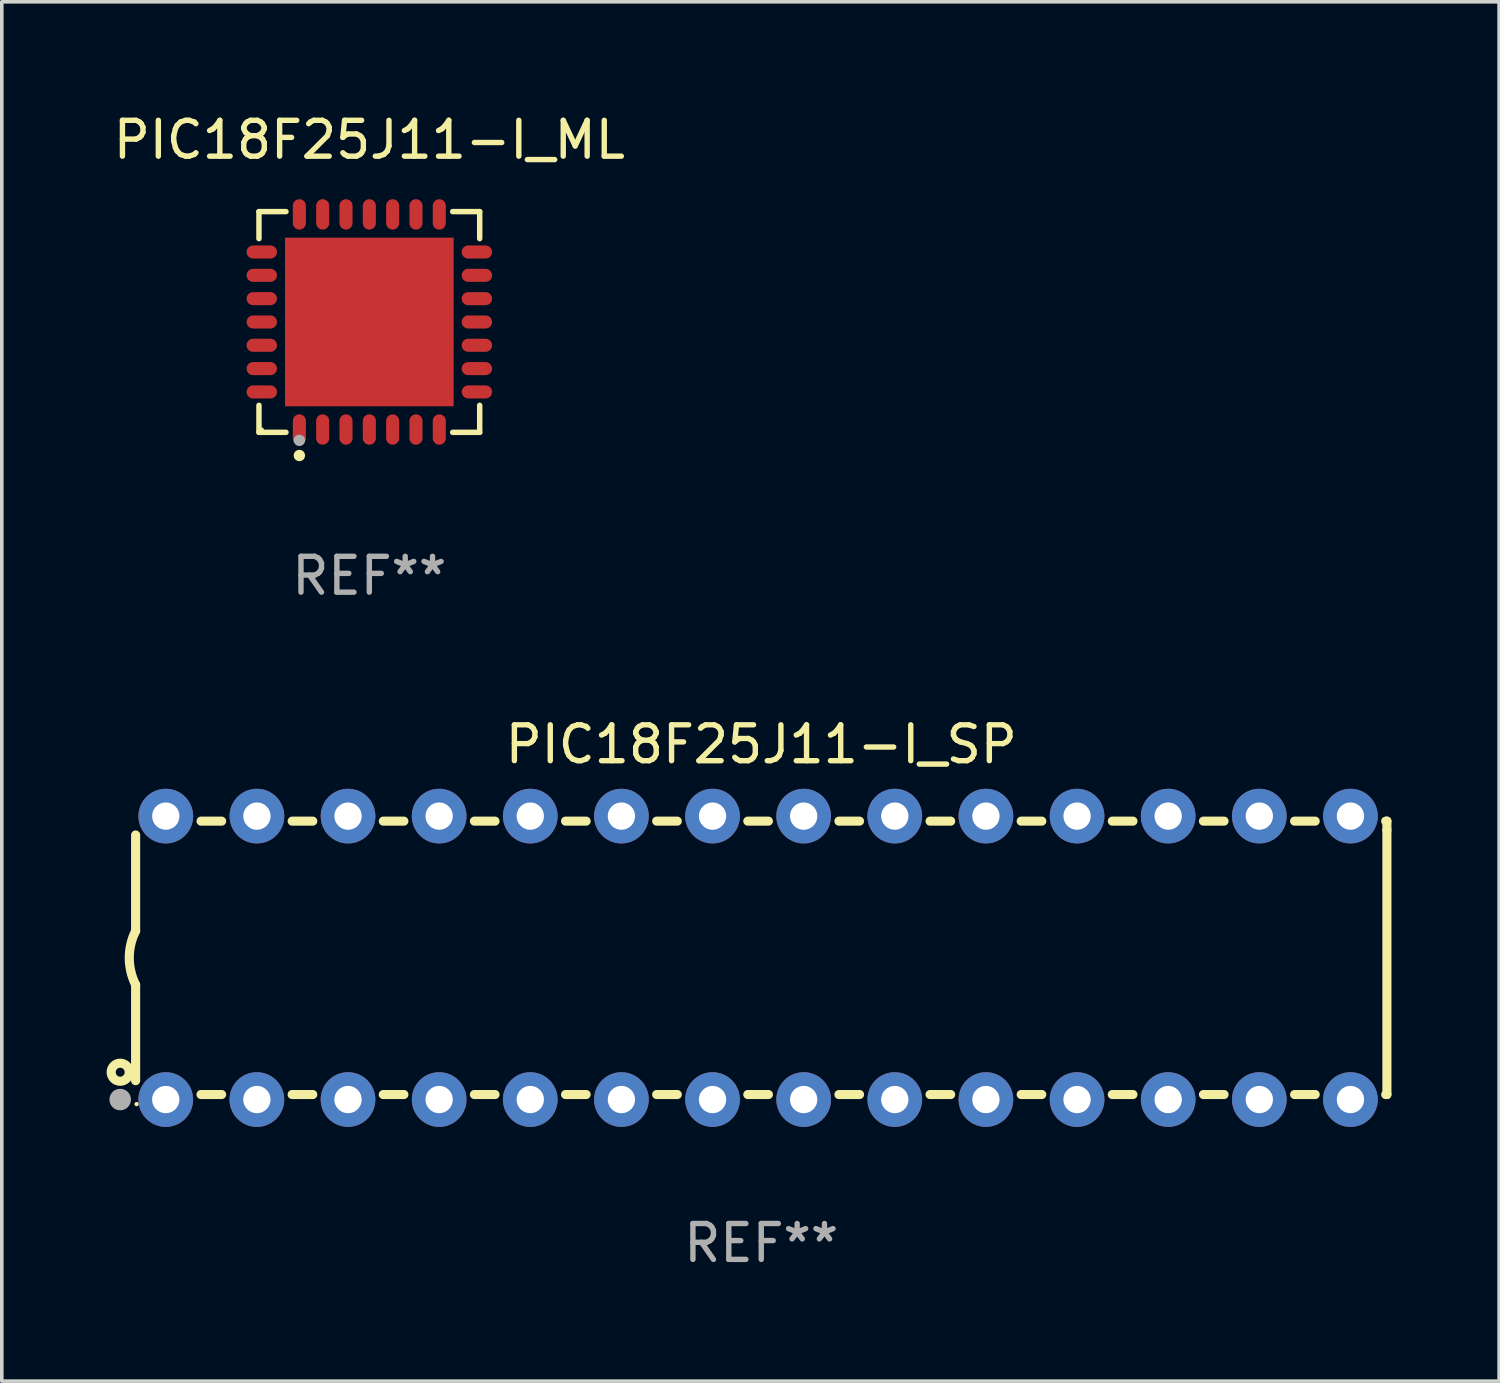
<source format=kicad_pcb>
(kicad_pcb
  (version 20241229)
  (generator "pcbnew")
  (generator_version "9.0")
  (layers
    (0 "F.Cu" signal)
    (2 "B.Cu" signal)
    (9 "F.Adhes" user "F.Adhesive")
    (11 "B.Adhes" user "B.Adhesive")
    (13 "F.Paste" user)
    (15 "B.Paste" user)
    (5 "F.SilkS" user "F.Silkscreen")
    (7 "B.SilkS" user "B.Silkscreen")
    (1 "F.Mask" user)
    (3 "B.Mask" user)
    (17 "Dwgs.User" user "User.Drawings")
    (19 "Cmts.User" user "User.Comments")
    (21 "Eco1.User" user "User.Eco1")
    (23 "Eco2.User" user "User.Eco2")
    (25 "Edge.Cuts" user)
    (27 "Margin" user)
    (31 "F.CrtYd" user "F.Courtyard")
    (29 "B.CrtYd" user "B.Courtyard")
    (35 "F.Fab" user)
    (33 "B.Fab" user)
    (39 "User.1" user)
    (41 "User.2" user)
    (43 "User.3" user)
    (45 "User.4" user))
  (footprint "PIC18F25J11-I_ML"
    (layer "F.Cu")
    (at 7.244 5.924)
    (property "Reference" "PIC18F25J11-I_ML" (at 0 -5.076 0) (layer "F.SilkS") (effects (font (size 1 1) (thickness 0.15))))
    (attr through_hole)
    (fp_line (start -3.076 -3.076) (end -2.323 -3.076) (stroke (width 0.152) (type solid)) (layer "F.SilkS"))
    (fp_line (start -3.076 -2.323) (end -3.076 -3.076) (stroke (width 0.152) (type solid)) (layer "F.SilkS"))
    (fp_line (start -3.076 2.323) (end -3.076 3.076) (stroke (width 0.152) (type solid)) (layer "F.SilkS"))
    (fp_line (start -3.076 3.076) (end -2.323 3.076) (stroke (width 0.152) (type solid)) (layer "F.SilkS"))
    (fp_line (start 3.076 -3.076) (end 2.323 -3.076) (stroke (width 0.152) (type solid)) (layer "F.SilkS"))
    (fp_line (start 3.076 -2.323) (end 3.076 -3.076) (stroke (width 0.152) (type solid)) (layer "F.SilkS"))
    (fp_line (start 3.076 2.323) (end 3.076 3.076) (stroke (width 0.152) (type solid)) (layer "F.SilkS"))
    (fp_line (start 3.076 3.076) (end 2.323 3.076) (stroke (width 0.152) (type solid)) (layer "F.SilkS"))
    (fp_circle (center -3 3) (end -2.97 3) (stroke (width 0.06) (type solid)) (fill no) (layer "F.SilkS"))
    (fp_circle (center -1.95 3.722) (end -1.87 3.722) (stroke (width 0.16) (type solid)) (fill no) (layer "F.SilkS"))
    (fp_circle (center -1.95 3.3) (end -1.87 3.3) (stroke (width 0.16) (type solid)) (fill no) (layer "F.Fab"))
    (fp_text user "REF**" (at 0 7.076 0) (layer "F.Fab") (effects (font (size 1 1) (thickness 0.15))))
    (pad "1" smd oval (at -1.95 2.998) (size 0.364 0.847) (layers "F.Cu" "F.Mask" "F.Paste"))
    (pad "2" smd oval (at -1.3 2.998) (size 0.364 0.847) (layers "F.Cu" "F.Mask" "F.Paste"))
    (pad "3" smd oval (at -0.65 2.998) (size 0.364 0.847) (layers "F.Cu" "F.Mask" "F.Paste"))
    (pad "4" smd oval (at 0 2.998) (size 0.364 0.847) (layers "F.Cu" "F.Mask" "F.Paste"))
    (pad "5" smd oval (at 0.65 2.998) (size 0.364 0.847) (layers "F.Cu" "F.Mask" "F.Paste"))
    (pad "6" smd oval (at 1.3 2.998) (size 0.364 0.847) (layers "F.Cu" "F.Mask" "F.Paste"))
    (pad "7" smd oval (at 1.95 2.998) (size 0.364 0.847) (layers "F.Cu" "F.Mask" "F.Paste"))
    (pad "8" smd oval (at 2.998 1.95) (size 0.847 0.364) (layers "F.Cu" "F.Mask" "F.Paste"))
    (pad "9" smd oval (at 2.998 1.3) (size 0.847 0.364) (layers "F.Cu" "F.Mask" "F.Paste"))
    (pad "10" smd oval (at 2.998 0.65) (size 0.847 0.364) (layers "F.Cu" "F.Mask" "F.Paste"))
    (pad "11" smd oval (at 2.998 0) (size 0.847 0.364) (layers "F.Cu" "F.Mask" "F.Paste"))
    (pad "12" smd oval (at 2.998 -0.65) (size 0.847 0.364) (layers "F.Cu" "F.Mask" "F.Paste"))
    (pad "13" smd oval (at 2.998 -1.3) (size 0.847 0.364) (layers "F.Cu" "F.Mask" "F.Paste"))
    (pad "14" smd oval (at 2.998 -1.95) (size 0.847 0.364) (layers "F.Cu" "F.Mask" "F.Paste"))
    (pad "15" smd oval (at 1.95 -2.998) (size 0.364 0.847) (layers "F.Cu" "F.Mask" "F.Paste"))
    (pad "16" smd oval (at 1.3 -2.998) (size 0.364 0.847) (layers "F.Cu" "F.Mask" "F.Paste"))
    (pad "17" smd oval (at 0.65 -2.998) (size 0.364 0.847) (layers "F.Cu" "F.Mask" "F.Paste"))
    (pad "18" smd oval (at 0 -2.998) (size 0.364 0.847) (layers "F.Cu" "F.Mask" "F.Paste"))
    (pad "19" smd oval (at -0.65 -2.998) (size 0.364 0.847) (layers "F.Cu" "F.Mask" "F.Paste"))
    (pad "20" smd oval (at -1.3 -2.998) (size 0.364 0.847) (layers "F.Cu" "F.Mask" "F.Paste"))
    (pad "21" smd oval (at -1.95 -2.998) (size 0.364 0.847) (layers "F.Cu" "F.Mask" "F.Paste"))
    (pad "22" smd oval (at -2.998 -1.95) (size 0.847 0.364) (layers "F.Cu" "F.Mask" "F.Paste"))
    (pad "23" smd oval (at -2.998 -1.3) (size 0.847 0.364) (layers "F.Cu" "F.Mask" "F.Paste"))
    (pad "24" smd oval (at -2.998 -0.65) (size 0.847 0.364) (layers "F.Cu" "F.Mask" "F.Paste"))
    (pad "25" smd oval (at -2.998 0) (size 0.847 0.364) (layers "F.Cu" "F.Mask" "F.Paste"))
    (pad "26" smd oval (at -2.998 0.65) (size 0.847 0.364) (layers "F.Cu" "F.Mask" "F.Paste"))
    (pad "27" smd oval (at -2.998 1.3) (size 0.847 0.364) (layers "F.Cu" "F.Mask" "F.Paste"))
    (pad "28" smd oval (at -2.998 1.95) (size 0.847 0.364) (layers "F.Cu" "F.Mask" "F.Paste"))
    (pad "29" smd rect (at 0 0) (size 4.7 4.7) (layers "F.Cu" "F.Mask" "F.Paste")))
  (footprint "PIC18F25J11-I_SP"
    (layer "F.Cu")
    (at 18.168 23.647)
    (property "Reference" "PIC18F25J11-I_SP" (at 0 -5.95 0) (layer "F.SilkS") (effects (font (size 1 1) (thickness 0.15))))
    (attr through_hole)
    (fp_line (start -17.438 0.75) (end -17.438 3.423) (stroke (width 0.254) (type solid)) (layer "F.SilkS"))
    (fp_line (start -17.438 -3.423) (end -17.438 -0.75) (stroke (width 0.254) (type solid)) (layer "F.SilkS"))
    (fp_line (start -15.615 3.81) (end -15.041 3.81) (stroke (width 0.254) (type solid)) (layer "F.SilkS"))
    (fp_line (start -15.041 -3.81) (end -15.614 -3.81) (stroke (width 0.254) (type solid)) (layer "F.SilkS"))
    (fp_line (start -13.075 3.81) (end -12.501 3.81) (stroke (width 0.254) (type solid)) (layer "F.SilkS"))
    (fp_line (start -12.501 -3.81) (end -13.074 -3.81) (stroke (width 0.254) (type solid)) (layer "F.SilkS"))
    (fp_line (start -10.535 3.81) (end -9.961 3.81) (stroke (width 0.254) (type solid)) (layer "F.SilkS"))
    (fp_line (start -9.961 -3.81) (end -10.534 -3.81) (stroke (width 0.254) (type solid)) (layer "F.SilkS"))
    (fp_line (start -7.995 3.81) (end -7.421 3.81) (stroke (width 0.254) (type solid)) (layer "F.SilkS"))
    (fp_line (start -7.421 -3.81) (end -7.995 -3.81) (stroke (width 0.254) (type solid)) (layer "F.SilkS"))
    (fp_line (start -5.455 3.81) (end -4.881 3.81) (stroke (width 0.254) (type solid)) (layer "F.SilkS"))
    (fp_line (start -4.881 -3.81) (end -5.455 -3.81) (stroke (width 0.254) (type solid)) (layer "F.SilkS"))
    (fp_line (start -2.915 3.81) (end -2.341 3.81) (stroke (width 0.254) (type solid)) (layer "F.SilkS"))
    (fp_line (start -2.341 -3.81) (end -2.915 -3.81) (stroke (width 0.254) (type solid)) (layer "F.SilkS"))
    (fp_line (start -0.375 3.81) (end 0.199 3.81) (stroke (width 0.254) (type solid)) (layer "F.SilkS"))
    (fp_line (start 0.199 -3.81) (end -0.375 -3.81) (stroke (width 0.254) (type solid)) (layer "F.SilkS"))
    (fp_line (start 2.165 3.81) (end 2.739 3.81) (stroke (width 0.254) (type solid)) (layer "F.SilkS"))
    (fp_line (start 2.739 -3.81) (end 2.165 -3.81) (stroke (width 0.254) (type solid)) (layer "F.SilkS"))
    (fp_line (start 4.705 3.81) (end 5.279 3.81) (stroke (width 0.254) (type solid)) (layer "F.SilkS"))
    (fp_line (start 5.279 -3.81) (end 4.705 -3.81) (stroke (width 0.254) (type solid)) (layer "F.SilkS"))
    (fp_line (start 7.245 3.81) (end 7.819 3.81) (stroke (width 0.254) (type solid)) (layer "F.SilkS"))
    (fp_line (start 7.819 -3.81) (end 7.245 -3.81) (stroke (width 0.254) (type solid)) (layer "F.SilkS"))
    (fp_line (start 9.785 3.81) (end 10.359 3.81) (stroke (width 0.254) (type solid)) (layer "F.SilkS"))
    (fp_line (start 10.359 -3.81) (end 9.785 -3.81) (stroke (width 0.254) (type solid)) (layer "F.SilkS"))
    (fp_line (start 12.325 3.81) (end 12.899 3.81) (stroke (width 0.254) (type solid)) (layer "F.SilkS"))
    (fp_line (start 12.899 -3.81) (end 12.325 -3.81) (stroke (width 0.254) (type solid)) (layer "F.SilkS"))
    (fp_line (start 14.865 3.81) (end 15.439 3.81) (stroke (width 0.254) (type solid)) (layer "F.SilkS"))
    (fp_line (start 15.439 -3.81) (end 14.865 -3.81) (stroke (width 0.254) (type solid)) (layer "F.SilkS"))
    (fp_line (start 17.405 3.81) (end 17.438 3.81) (stroke (width 0.254) (type solid)) (layer "F.SilkS"))
    (fp_line (start 17.438 -3.81) (end 17.405 -3.81) (stroke (width 0.254) (type solid)) (layer "F.SilkS"))
    (fp_line (start 17.438 -3.556) (end 17.438 -3.81) (stroke (width 0.254) (type solid)) (layer "F.SilkS"))
    (fp_line (start 17.438 3.81) (end 17.438 -3.556) (stroke (width 0.254) (type solid)) (layer "F.SilkS"))
    (fp_arc (start -17.437986 0.749657) (mid -17.614887 -0.000024) (end -17.437783 -0.749657) (stroke (width 0.254001) (type solid)) (layer "F.SilkS"))
    (fp_circle (center -17.868 3.188) (end -17.743 3.188) (stroke (width 0.254) (type solid)) (fill no) (layer "F.SilkS"))
    (fp_circle (center -17.411 4.077) (end -17.381 4.077) (stroke (width 0.06) (type solid)) (fill no) (layer "F.SilkS"))
    (fp_circle (center -17.868 3.95) (end -17.718 3.95) (stroke (width 0.3) (type solid)) (fill no) (layer "F.Fab"))
    (fp_text user "REF**" (at 0 7.95 0) (layer "F.Fab") (effects (font (size 1 1) (thickness 0.15))))
    (pad "1" thru_hole circle (at -16.598 3.95) (size 1.524 1.524) (drill 0.762) (layers "*.Cu" "*.Mask"))
    (pad "2" thru_hole circle (at -14.058 3.95) (size 1.524 1.524) (drill 0.762) (layers "*.Cu" "*.Mask"))
    (pad "3" thru_hole circle (at -11.518 3.95) (size 1.524 1.524) (drill 0.762) (layers "*.Cu" "*.Mask"))
    (pad "4" thru_hole circle (at -8.978 3.95) (size 1.524 1.524) (drill 0.762) (layers "*.Cu" "*.Mask"))
    (pad "5" thru_hole circle (at -6.438 3.95) (size 1.524 1.524) (drill 0.762) (layers "*.Cu" "*.Mask"))
    (pad "6" thru_hole circle (at -3.898 3.95) (size 1.524 1.524) (drill 0.762) (layers "*.Cu" "*.Mask"))
    (pad "7" thru_hole circle (at -1.358 3.95) (size 1.524 1.524) (drill 0.762) (layers "*.Cu" "*.Mask"))
    (pad "8" thru_hole circle (at 1.182 3.95) (size 1.524 1.524) (drill 0.762) (layers "*.Cu" "*.Mask"))
    (pad "9" thru_hole circle (at 3.722 3.95) (size 1.524 1.524) (drill 0.762) (layers "*.Cu" "*.Mask"))
    (pad "10" thru_hole circle (at 6.262 3.95) (size 1.524 1.524) (drill 0.762) (layers "*.Cu" "*.Mask"))
    (pad "11" thru_hole circle (at 8.802 3.95) (size 1.524 1.524) (drill 0.762) (layers "*.Cu" "*.Mask"))
    (pad "12" thru_hole circle (at 11.342 3.95) (size 1.524 1.524) (drill 0.762) (layers "*.Cu" "*.Mask"))
    (pad "13" thru_hole circle (at 13.882 3.95) (size 1.524 1.524) (drill 0.762) (layers "*.Cu" "*.Mask"))
    (pad "14" thru_hole circle (at 16.422 3.95) (size 1.524 1.524) (drill 0.762) (layers "*.Cu" "*.Mask"))
    (pad "15" thru_hole circle (at 16.422 -3.95) (size 1.524 1.524) (drill 0.762) (layers "*.Cu" "*.Mask"))
    (pad "16" thru_hole circle (at 13.882 -3.95) (size 1.524 1.524) (drill 0.762) (layers "*.Cu" "*.Mask"))
    (pad "17" thru_hole circle (at 11.342 -3.95) (size 1.524 1.524) (drill 0.762) (layers "*.Cu" "*.Mask"))
    (pad "18" thru_hole circle (at 8.802 -3.95) (size 1.524 1.524) (drill 0.762) (layers "*.Cu" "*.Mask"))
    (pad "19" thru_hole circle (at 6.262 -3.95) (size 1.524 1.524) (drill 0.762) (layers "*.Cu" "*.Mask"))
    (pad "20" thru_hole circle (at 3.722 -3.95) (size 1.524 1.524) (drill 0.762) (layers "*.Cu" "*.Mask"))
    (pad "21" thru_hole circle (at 1.182 -3.95) (size 1.524 1.524) (drill 0.762) (layers "*.Cu" "*.Mask"))
    (pad "22" thru_hole circle (at -1.358 -3.95) (size 1.524 1.524) (drill 0.762) (layers "*.Cu" "*.Mask"))
    (pad "23" thru_hole circle (at -3.898 -3.95) (size 1.524 1.524) (drill 0.762) (layers "*.Cu" "*.Mask"))
    (pad "24" thru_hole circle (at -6.438 -3.95) (size 1.524 1.524) (drill 0.762) (layers "*.Cu" "*.Mask"))
    (pad "25" thru_hole circle (at -8.978 -3.95) (size 1.524 1.524) (drill 0.762) (layers "*.Cu" "*.Mask"))
    (pad "26" thru_hole circle (at -11.517 -3.95) (size 1.524 1.524) (drill 0.762) (layers "*.Cu" "*.Mask"))
    (pad "27" thru_hole circle (at -14.057 -3.95) (size 1.524 1.524) (drill 0.762) (layers "*.Cu" "*.Mask"))
    (pad "28" thru_hole circle (at -16.597 -3.95) (size 1.524 1.524) (drill 0.762) (layers "*.Cu" "*.Mask")))
  (gr_rect
    (start -3 -3)
    (end 38.733 35.445)
    (stroke (width 0.1) (type default))
    (fill no)
    (layer "Edge.Cuts")))
</source>
